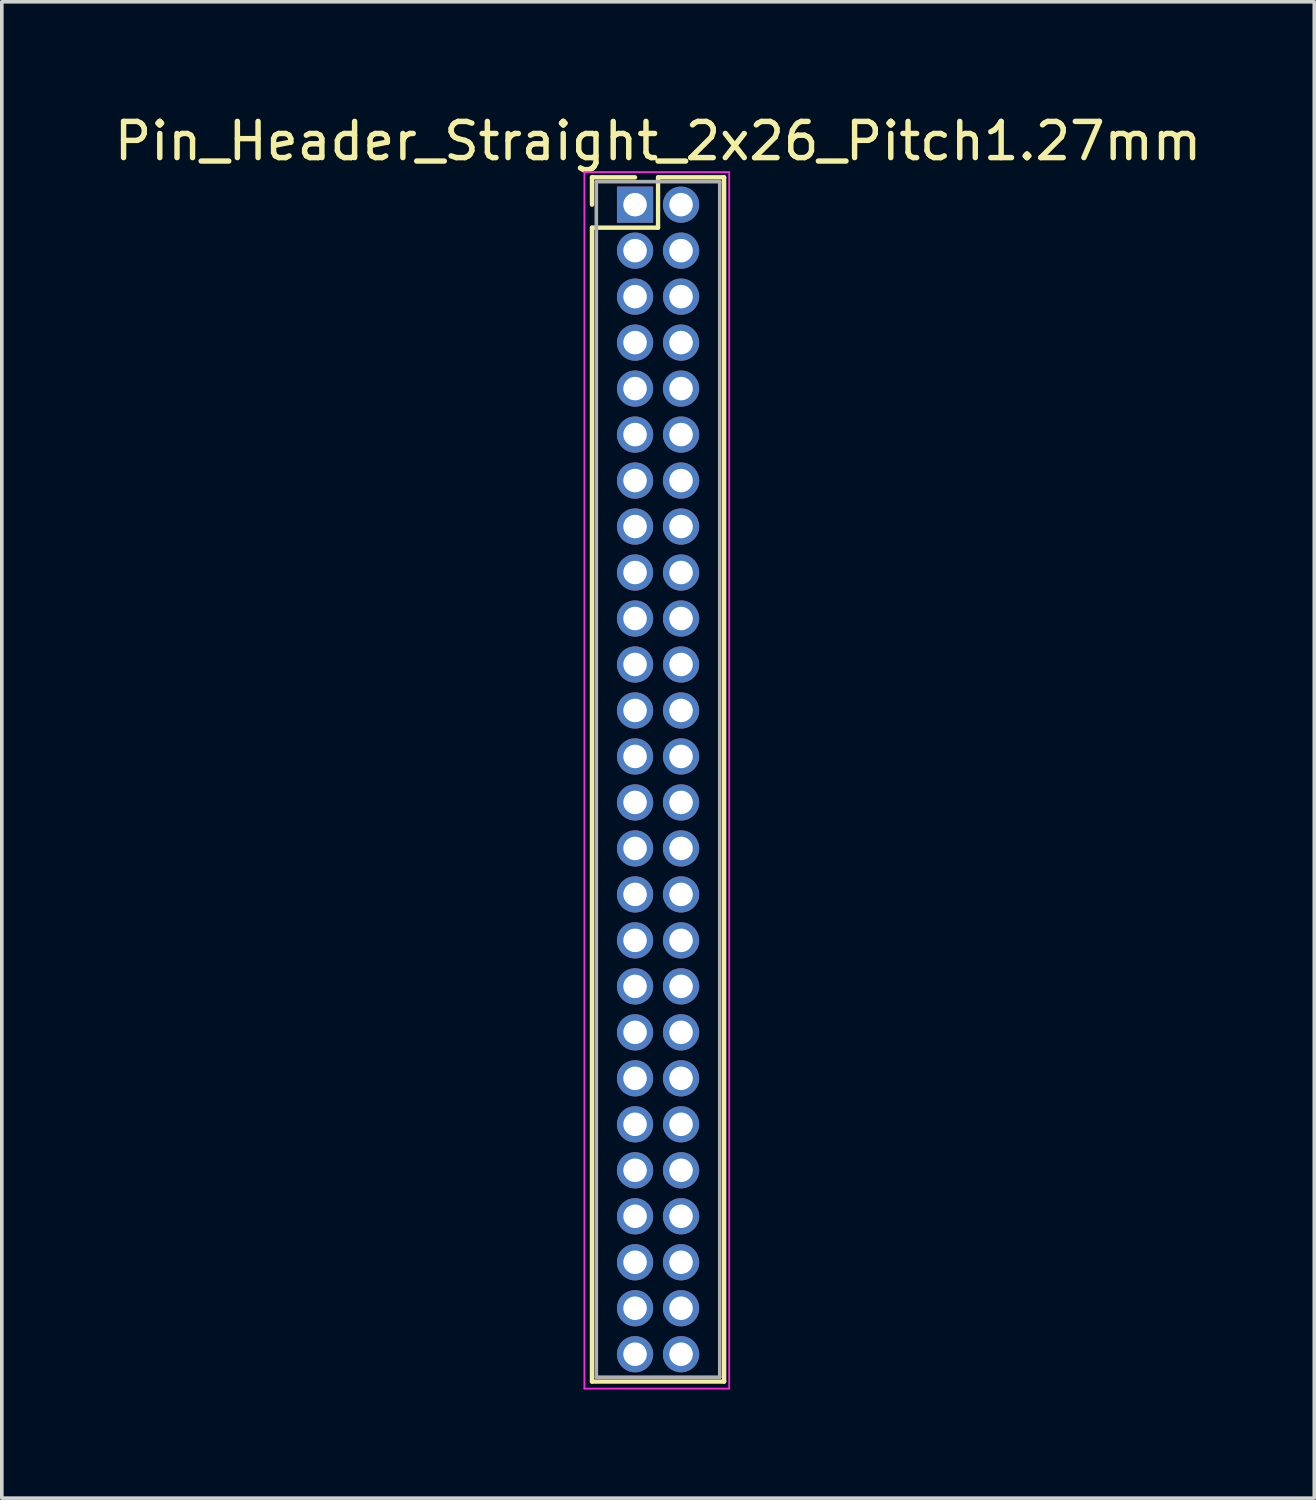
<source format=kicad_pcb>
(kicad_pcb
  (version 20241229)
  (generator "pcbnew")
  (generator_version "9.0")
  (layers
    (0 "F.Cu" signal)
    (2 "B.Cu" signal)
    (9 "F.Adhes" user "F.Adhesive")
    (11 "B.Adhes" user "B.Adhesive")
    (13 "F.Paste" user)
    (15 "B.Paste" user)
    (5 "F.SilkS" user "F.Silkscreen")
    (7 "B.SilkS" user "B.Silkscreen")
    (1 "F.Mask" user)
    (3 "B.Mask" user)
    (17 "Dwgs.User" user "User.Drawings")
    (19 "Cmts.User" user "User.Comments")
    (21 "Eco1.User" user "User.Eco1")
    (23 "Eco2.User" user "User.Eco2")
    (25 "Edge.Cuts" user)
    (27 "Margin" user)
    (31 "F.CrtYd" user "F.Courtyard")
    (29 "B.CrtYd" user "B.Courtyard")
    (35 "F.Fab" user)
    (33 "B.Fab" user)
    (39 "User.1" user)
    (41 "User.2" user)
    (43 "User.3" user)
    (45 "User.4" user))
  (footprint "Pin_Header_Straight_2x26_Pitch1.27mm"
    (layer "F.Cu")
    (at 14.49 2.603)
    (property "Reference" "Pin_Header_Straight_2x26_Pitch1.27mm" (at 0.635 -1.755 0) (layer "F.SilkS") (effects (font (size 1 1) (thickness 0.15))))
    (attr through_hole)
    (fp_line (start -1.19 -0.755) (end 0 -0.755) (stroke (width 0.12) (type solid)) (layer "F.SilkS"))
    (fp_line (start -1.19 0) (end -1.19 -0.755) (stroke (width 0.12) (type solid)) (layer "F.SilkS"))
    (fp_line (start -1.19 0.635) (end -1.19 32.505) (stroke (width 0.12) (type solid)) (layer "F.SilkS"))
    (fp_line (start -1.19 32.505) (end 2.46 32.505) (stroke (width 0.12) (type solid)) (layer "F.SilkS"))
    (fp_line (start 0.635 -0.755) (end 0.635 0.635) (stroke (width 0.12) (type solid)) (layer "F.SilkS"))
    (fp_line (start 0.635 0.635) (end -1.19 0.635) (stroke (width 0.12) (type solid)) (layer "F.SilkS"))
    (fp_line (start 2.46 -0.755) (end 0.635 -0.755) (stroke (width 0.12) (type solid)) (layer "F.SilkS"))
    (fp_line (start 2.46 32.505) (end 2.46 -0.755) (stroke (width 0.12) (type solid)) (layer "F.SilkS"))
    (fp_line (start -1.4 -0.9) (end -1.4 32.7) (stroke (width 0.05) (type solid)) (layer "F.CrtYd"))
    (fp_line (start -1.4 32.7) (end 2.6 32.7) (stroke (width 0.05) (type solid)) (layer "F.CrtYd"))
    (fp_line (start 2.6 -0.9) (end -1.4 -0.9) (stroke (width 0.05) (type solid)) (layer "F.CrtYd"))
    (fp_line (start 2.6 32.7) (end 2.6 -0.9) (stroke (width 0.05) (type solid)) (layer "F.CrtYd"))
    (fp_line (start -1.07 -0.635) (end -1.07 32.385) (stroke (width 0.1) (type solid)) (layer "F.Fab"))
    (fp_line (start -1.07 32.385) (end 2.34 32.385) (stroke (width 0.1) (type solid)) (layer "F.Fab"))
    (fp_line (start 2.34 -0.635) (end -1.07 -0.635) (stroke (width 0.1) (type solid)) (layer "F.Fab"))
    (fp_line (start 2.34 32.385) (end 2.34 -0.635) (stroke (width 0.1) (type solid)) (layer "F.Fab"))
    (pad "1" thru_hole rect (at 0 0) (size 1 1) (drill 0.65) (layers "*.Cu" "*.Mask"))
    (pad "2" thru_hole oval (at 1.27 0) (size 1 1) (drill 0.65) (layers "*.Cu" "*.Mask"))
    (pad "3" thru_hole oval (at 0 1.27) (size 1 1) (drill 0.65) (layers "*.Cu" "*.Mask"))
    (pad "4" thru_hole oval (at 1.27 1.27) (size 1 1) (drill 0.65) (layers "*.Cu" "*.Mask"))
    (pad "5" thru_hole oval (at 0 2.54) (size 1 1) (drill 0.65) (layers "*.Cu" "*.Mask"))
    (pad "6" thru_hole oval (at 1.27 2.54) (size 1 1) (drill 0.65) (layers "*.Cu" "*.Mask"))
    (pad "7" thru_hole oval (at 0 3.81) (size 1 1) (drill 0.65) (layers "*.Cu" "*.Mask"))
    (pad "8" thru_hole oval (at 1.27 3.81) (size 1 1) (drill 0.65) (layers "*.Cu" "*.Mask"))
    (pad "9" thru_hole oval (at 0 5.08) (size 1 1) (drill 0.65) (layers "*.Cu" "*.Mask"))
    (pad "10" thru_hole oval (at 1.27 5.08) (size 1 1) (drill 0.65) (layers "*.Cu" "*.Mask"))
    (pad "11" thru_hole oval (at 0 6.35) (size 1 1) (drill 0.65) (layers "*.Cu" "*.Mask"))
    (pad "12" thru_hole oval (at 1.27 6.35) (size 1 1) (drill 0.65) (layers "*.Cu" "*.Mask"))
    (pad "13" thru_hole oval (at 0 7.62) (size 1 1) (drill 0.65) (layers "*.Cu" "*.Mask"))
    (pad "14" thru_hole oval (at 1.27 7.62) (size 1 1) (drill 0.65) (layers "*.Cu" "*.Mask"))
    (pad "15" thru_hole oval (at 0 8.89) (size 1 1) (drill 0.65) (layers "*.Cu" "*.Mask"))
    (pad "16" thru_hole oval (at 1.27 8.89) (size 1 1) (drill 0.65) (layers "*.Cu" "*.Mask"))
    (pad "17" thru_hole oval (at 0 10.16) (size 1 1) (drill 0.65) (layers "*.Cu" "*.Mask"))
    (pad "18" thru_hole oval (at 1.27 10.16) (size 1 1) (drill 0.65) (layers "*.Cu" "*.Mask"))
    (pad "19" thru_hole oval (at 0 11.43) (size 1 1) (drill 0.65) (layers "*.Cu" "*.Mask"))
    (pad "20" thru_hole oval (at 1.27 11.43) (size 1 1) (drill 0.65) (layers "*.Cu" "*.Mask"))
    (pad "21" thru_hole oval (at 0 12.7) (size 1 1) (drill 0.65) (layers "*.Cu" "*.Mask"))
    (pad "22" thru_hole oval (at 1.27 12.7) (size 1 1) (drill 0.65) (layers "*.Cu" "*.Mask"))
    (pad "23" thru_hole oval (at 0 13.97) (size 1 1) (drill 0.65) (layers "*.Cu" "*.Mask"))
    (pad "24" thru_hole oval (at 1.27 13.97) (size 1 1) (drill 0.65) (layers "*.Cu" "*.Mask"))
    (pad "25" thru_hole oval (at 0 15.24) (size 1 1) (drill 0.65) (layers "*.Cu" "*.Mask"))
    (pad "26" thru_hole oval (at 1.27 15.24) (size 1 1) (drill 0.65) (layers "*.Cu" "*.Mask"))
    (pad "27" thru_hole oval (at 0 16.51) (size 1 1) (drill 0.65) (layers "*.Cu" "*.Mask"))
    (pad "28" thru_hole oval (at 1.27 16.51) (size 1 1) (drill 0.65) (layers "*.Cu" "*.Mask"))
    (pad "29" thru_hole oval (at 0 17.78) (size 1 1) (drill 0.65) (layers "*.Cu" "*.Mask"))
    (pad "30" thru_hole oval (at 1.27 17.78) (size 1 1) (drill 0.65) (layers "*.Cu" "*.Mask"))
    (pad "31" thru_hole oval (at 0 19.05) (size 1 1) (drill 0.65) (layers "*.Cu" "*.Mask"))
    (pad "32" thru_hole oval (at 1.27 19.05) (size 1 1) (drill 0.65) (layers "*.Cu" "*.Mask"))
    (pad "33" thru_hole oval (at 0 20.32) (size 1 1) (drill 0.65) (layers "*.Cu" "*.Mask"))
    (pad "34" thru_hole oval (at 1.27 20.32) (size 1 1) (drill 0.65) (layers "*.Cu" "*.Mask"))
    (pad "35" thru_hole oval (at 0 21.59) (size 1 1) (drill 0.65) (layers "*.Cu" "*.Mask"))
    (pad "36" thru_hole oval (at 1.27 21.59) (size 1 1) (drill 0.65) (layers "*.Cu" "*.Mask"))
    (pad "37" thru_hole oval (at 0 22.86) (size 1 1) (drill 0.65) (layers "*.Cu" "*.Mask"))
    (pad "38" thru_hole oval (at 1.27 22.86) (size 1 1) (drill 0.65) (layers "*.Cu" "*.Mask"))
    (pad "39" thru_hole oval (at 0 24.13) (size 1 1) (drill 0.65) (layers "*.Cu" "*.Mask"))
    (pad "40" thru_hole oval (at 1.27 24.13) (size 1 1) (drill 0.65) (layers "*.Cu" "*.Mask"))
    (pad "41" thru_hole oval (at 0 25.4) (size 1 1) (drill 0.65) (layers "*.Cu" "*.Mask"))
    (pad "42" thru_hole oval (at 1.27 25.4) (size 1 1) (drill 0.65) (layers "*.Cu" "*.Mask"))
    (pad "43" thru_hole oval (at 0 26.67) (size 1 1) (drill 0.65) (layers "*.Cu" "*.Mask"))
    (pad "44" thru_hole oval (at 1.27 26.67) (size 1 1) (drill 0.65) (layers "*.Cu" "*.Mask"))
    (pad "45" thru_hole oval (at 0 27.94) (size 1 1) (drill 0.65) (layers "*.Cu" "*.Mask"))
    (pad "46" thru_hole oval (at 1.27 27.94) (size 1 1) (drill 0.65) (layers "*.Cu" "*.Mask"))
    (pad "47" thru_hole oval (at 0 29.21) (size 1 1) (drill 0.65) (layers "*.Cu" "*.Mask"))
    (pad "48" thru_hole oval (at 1.27 29.21) (size 1 1) (drill 0.65) (layers "*.Cu" "*.Mask"))
    (pad "49" thru_hole oval (at 0 30.48) (size 1 1) (drill 0.65) (layers "*.Cu" "*.Mask"))
    (pad "50" thru_hole oval (at 1.27 30.48) (size 1 1) (drill 0.65) (layers "*.Cu" "*.Mask"))
    (pad "51" thru_hole oval (at 0 31.75) (size 1 1) (drill 0.65) (layers "*.Cu" "*.Mask"))
    (pad "52" thru_hole oval (at 1.27 31.75) (size 1 1) (drill 0.65) (layers "*.Cu" "*.Mask")))
  (gr_rect
    (start -3 -3)
    (end 33.25 38.328)
    (stroke (width 0.1) (type default))
    (fill no)
    (layer "Edge.Cuts")))
</source>
